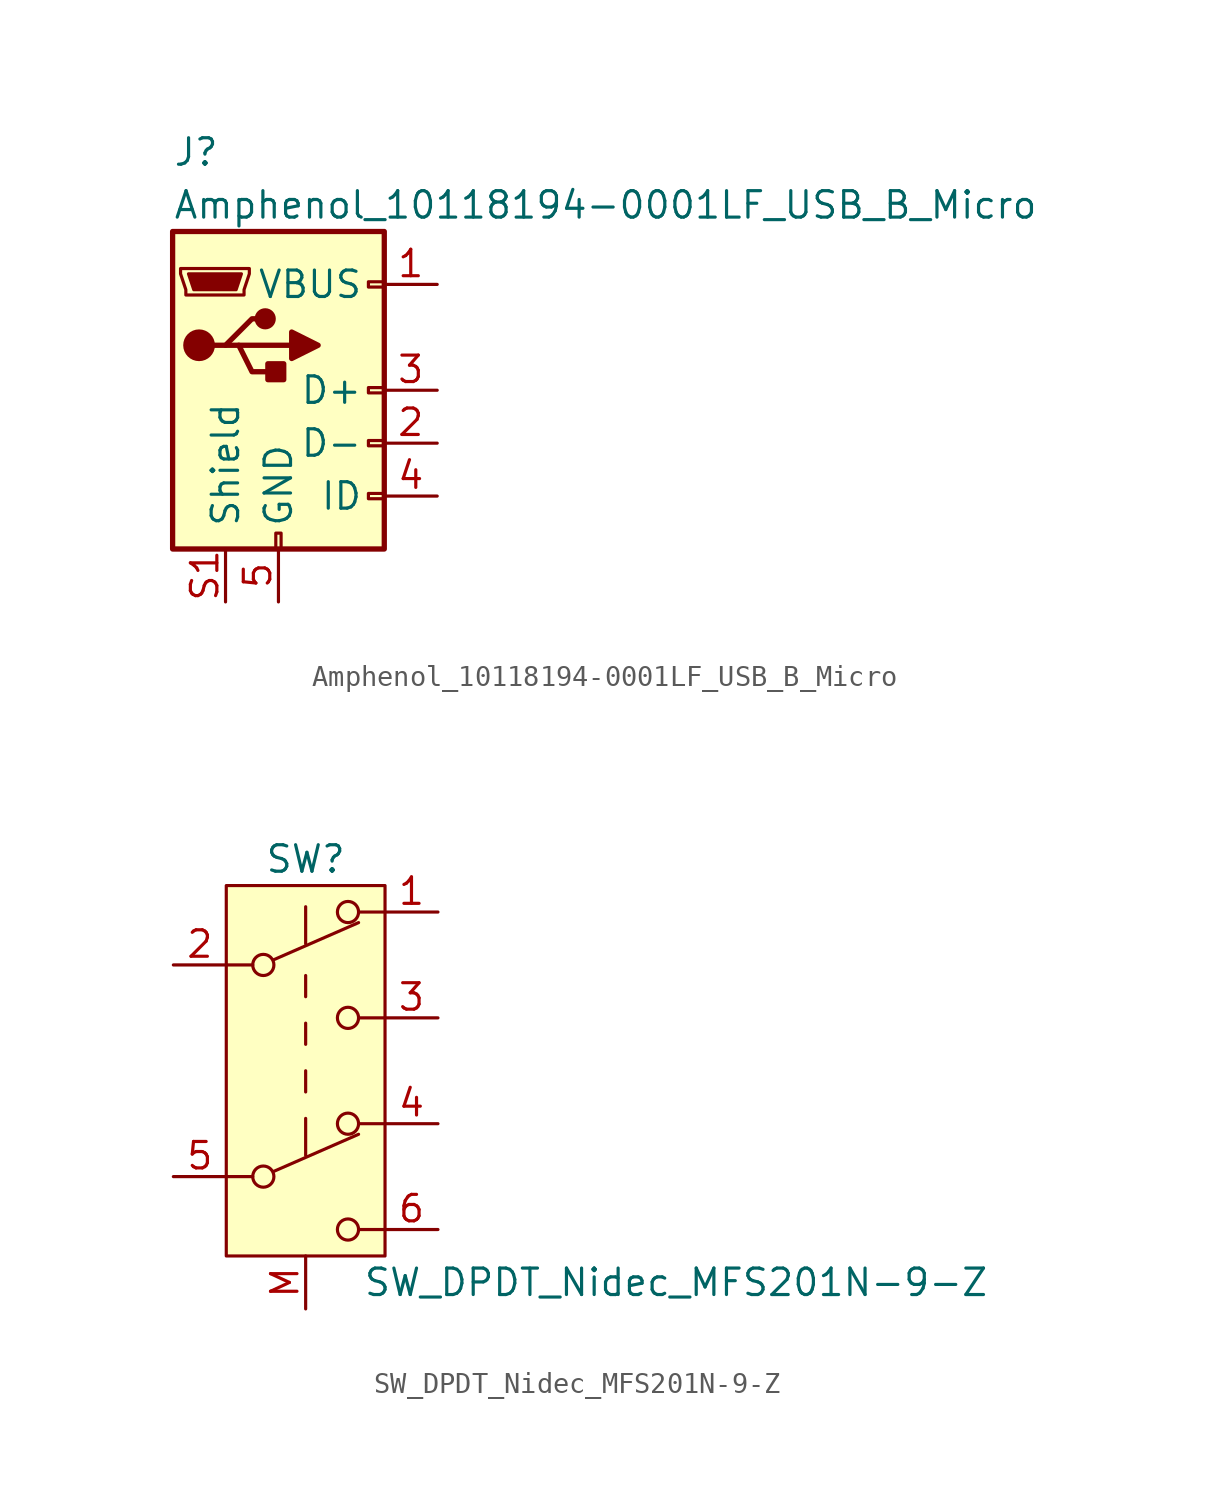
<source format=kicad_sym>
(kicad_symbol_lib
  (version 20211014)
  (generator kicad_symbol_editor)
  (symbol "Amphenol_10118194-0001LF_USB_B_Micro"
    (pin_names
      (offset 1.016))
    (property "Reference" "J"
      (at -5.08 11.43 0)
      (effects (font (size 1.27 1.27)) (justify left)))
    (property "Value" "Amphenol_10118194-0001LF_USB_B_Micro"
      (at -5.08 8.89 0)
      (effects (font (size 1.27 1.27)) (justify left)))
    (symbol "Amphenol_10118194-0001LF_USB_B_Micro_0_1"
      (rectangle (start -5.08 -7.62) (end 5.08 7.62) (stroke (width 0.254) (type default) (color 0 0 0 0)) (fill (type background)))
      (circle (center -3.81 2.159) (radius 0.635) (stroke (width 0.254) (type default) (color 0 0 0 0)) (fill (type outline)))
      (circle (center -0.635 3.429) (radius 0.381) (stroke (width 0.254) (type default) (color 0 0 0 0)) (fill (type outline)))
      (rectangle (start -0.127 -7.62) (end 0.127 -6.858) (stroke (width 0) (type default) (color 0 0 0 0)) (fill (type none)))
      (polyline (pts (xy -1.905 2.159) (xy 0.635 2.159)) (stroke (width 0.254) (type default) (color 0 0 0 0)) (fill (type none)))
      (polyline (pts (xy -3.175 2.159) (xy -2.54 2.159) (xy -1.27 3.429) (xy -0.635 3.429)) (stroke (width 0.254) (type default) (color 0 0 0 0)) (fill (type none)))
      (polyline (pts (xy -2.54 2.159) (xy -1.905 2.159) (xy -1.27 0.889) (xy 0 0.889)) (stroke (width 0.254) (type default) (color 0 0 0 0)) (fill (type none)))
      (polyline (pts (xy 0.635 2.794) (xy 0.635 1.524) (xy 1.905 2.159) (xy 0.635 2.794)) (stroke (width 0.254) (type default) (color 0 0 0 0)) (fill (type outline)))
      (polyline (pts (xy -4.318 5.588) (xy -1.778 5.588) (xy -2.032 4.826) (xy -4.064 4.826) (xy -4.318 5.588)) (stroke (width 0) (type default) (color 0 0 0 0)) (fill (type outline)))
      (polyline (pts (xy -4.699 5.842) (xy -4.699 5.588) (xy -4.445 4.826) (xy -4.445 4.572) (xy -1.651 4.572) (xy -1.651 4.826) (xy -1.397 5.588) (xy -1.397 5.842) (xy -4.699 5.842)) (stroke (width 0) (type default) (color 0 0 0 0)) (fill (type none)))
      (rectangle (start 0.254 1.27) (end -0.508 0.508) (stroke (width 0.254) (type default) (color 0 0 0 0)) (fill (type outline)))
      (rectangle (start 5.08 -5.207) (end 4.318 -4.953) (stroke (width 0) (type default) (color 0 0 0 0)) (fill (type none)))
      (rectangle (start 5.08 -2.667) (end 4.318 -2.413) (stroke (width 0) (type default) (color 0 0 0 0)) (fill (type none)))
      (rectangle (start 5.08 -0.127) (end 4.318 0.127) (stroke (width 0) (type default) (color 0 0 0 0)) (fill (type none)))
      (rectangle (start 5.08 4.953) (end 4.318 5.207) (stroke (width 0) (type default) (color 0 0 0 0)) (fill (type none))))
    (symbol "Amphenol_10118194-0001LF_USB_B_Micro_1_1"
      (pin power_out line (at 7.62 5.08 180) (length 2.54) (name "VBUS" (effects (font (size 1.27 1.27)))) (number "1" (effects (font (size 1.27 1.27)))))
      (pin bidirectional line (at 7.62 -2.54 180) (length 2.54) (name "D-" (effects (font (size 1.27 1.27)))) (number "2" (effects (font (size 1.27 1.27)))))
      (pin bidirectional line (at 7.62 0 180) (length 2.54) (name "D+" (effects (font (size 1.27 1.27)))) (number "3" (effects (font (size 1.27 1.27)))))
      (pin passive line (at 7.62 -5.08 180) (length 2.54) (name "ID" (effects (font (size 1.27 1.27)))) (number "4" (effects (font (size 1.27 1.27)))))
      (pin power_out line (at 0 -10.16 90) (length 2.54) (name "GND" (effects (font (size 1.27 1.27)))) (number "5" (effects (font (size 1.27 1.27)))))
      (pin passive line (at -2.54 -10.16 90) (length 2.54) (name "Shield" (effects (font (size 1.27 1.27)))) (number "S1" (effects (font (size 1.27 1.27)))))
      (pin passive line (at -2.54 -10.16 90) (length 2.54) hide (name "Shield" (effects (font (size 1.27 1.27)))) (number "S2" (effects (font (size 1.27 1.27)))))
      (pin passive line (at -2.54 -10.16 90) (length 2.54) hide (name "Shield" (effects (font (size 1.27 1.27)))) (number "S3" (effects (font (size 1.27 1.27)))))
      (pin passive line (at -2.54 -10.16 90) (length 2.54) hide (name "Shield" (effects (font (size 1.27 1.27)))) (number "S4" (effects (font (size 1.27 1.27)))))
      (pin passive line (at -2.54 -10.16 90) (length 2.54) hide (name "Shield" (effects (font (size 1.27 1.27)))) (number "S5" (effects (font (size 1.27 1.27)))))
      (pin passive line (at -2.54 -10.16 90) (length 2.54) hide (name "Shield" (effects (font (size 1.27 1.27)))) (number "S6" (effects (font (size 1.27 1.27)))))))
  (symbol "SW_DPDT_Nidec_MFS201N-9-Z"
    (pin_names
      (offset 0) hide)
    (property "Reference" "SW"
      (at 0 10.16 0)
      (effects (font (size 1.27 1.27))))
    (property "Value" "SW_DPDT_Nidec_MFS201N-9-Z"
      (at 17.78 -10.16 0)
      (effects (font (size 1.27 1.27))))
    (symbol "SW_DPDT_Nidec_MFS201N-9-Z_0_0"
      (circle (center -2.032 -5.08) (radius 0.508) (stroke (width 0) (type default) (color 0 0 0 0)) (fill (type none)))
      (circle (center -2.032 5.08) (radius 0.508) (stroke (width 0) (type default) (color 0 0 0 0)) (fill (type none)))
      (circle (center 2.032 -7.62) (radius 0.508) (stroke (width 0) (type default) (color 0 0 0 0)) (fill (type none)))
      (circle (center 2.032 2.54) (radius 0.508) (stroke (width 0) (type default) (color 0 0 0 0)) (fill (type none))))
    (symbol "SW_DPDT_Nidec_MFS201N-9-Z_0_1"
      (rectangle (start -3.81 8.89) (end 3.81 -8.89) (stroke (width 0.152) (type default) (color 0 0 0 0)) (fill (type background)))
      (polyline (pts (xy -2.54 -5.08) (xy -3.81 -5.08)) (stroke (width 0.152) (type default) (color 0 0 0 0)) (fill (type none)))
      (polyline (pts (xy -2.54 5.08) (xy -3.81 5.08)) (stroke (width 0.152) (type default) (color 0 0 0 0)) (fill (type none)))
      (polyline (pts (xy -1.524 -4.826) (xy 2.54 -3.048)) (stroke (width 0) (type default) (color 0 0 0 0)) (fill (type none)))
      (polyline (pts (xy -1.524 5.334) (xy 2.54 7.112)) (stroke (width 0) (type default) (color 0 0 0 0)) (fill (type none)))
      (polyline (pts (xy 0 -2.286) (xy 0 -4.064)) (stroke (width 0) (type default) (color 0 0 0 0)) (fill (type none)))
      (polyline (pts (xy 0 -1.016) (xy 0 0)) (stroke (width 0) (type default) (color 0 0 0 0)) (fill (type none)))
      (polyline (pts (xy 0 1.27) (xy 0 2.286)) (stroke (width 0) (type default) (color 0 0 0 0)) (fill (type none)))
      (polyline (pts (xy 0 3.556) (xy 0 4.572)) (stroke (width 0) (type default) (color 0 0 0 0)) (fill (type none)))
      (polyline (pts (xy 0 7.874) (xy 0 6.096)) (stroke (width 0) (type default) (color 0 0 0 0)) (fill (type none)))
      (polyline (pts (xy 2.54 -2.54) (xy 3.81 -2.54)) (stroke (width 0.152) (type default) (color 0 0 0 0)) (fill (type none)))
      (polyline (pts (xy 2.54 7.62) (xy 3.81 7.62)) (stroke (width 0.152) (type default) (color 0 0 0 0)) (fill (type none)))
      (polyline (pts (xy 3.81 -7.62) (xy 2.54 -7.62)) (stroke (width 0.152) (type default) (color 0 0 0 0)) (fill (type none)))
      (polyline (pts (xy 3.81 2.54) (xy 2.54 2.54)) (stroke (width 0.152) (type default) (color 0 0 0 0)) (fill (type none)))
      (circle (center 2.032 -2.54) (radius 0.508) (stroke (width 0) (type default) (color 0 0 0 0)) (fill (type none)))
      (circle (center 2.032 7.62) (radius 0.508) (stroke (width 0) (type default) (color 0 0 0 0)) (fill (type none))))
    (symbol "SW_DPDT_Nidec_MFS201N-9-Z_1_1"
      (pin passive line (at 6.35 7.62 180) (length 2.54) (name "A" (effects (font (size 1.27 1.27)))) (number "1" (effects (font (size 1.27 1.27)))))
      (pin passive line (at -6.35 5.08 0) (length 2.54) (name "B" (effects (font (size 1.27 1.27)))) (number "2" (effects (font (size 1.27 1.27)))))
      (pin passive line (at 6.35 2.54 180) (length 2.54) (name "C" (effects (font (size 1.27 1.27)))) (number "3" (effects (font (size 1.27 1.27)))))
      (pin passive line (at 6.35 -2.54 180) (length 2.54) (name "A" (effects (font (size 1.27 1.27)))) (number "4" (effects (font (size 1.27 1.27)))))
      (pin passive line (at -6.35 -5.08 0) (length 2.54) (name "B" (effects (font (size 1.27 1.27)))) (number "5" (effects (font (size 1.27 1.27)))))
      (pin passive line (at 6.35 -7.62 180) (length 2.54) (name "C" (effects (font (size 1.27 1.27)))) (number "6" (effects (font (size 1.27 1.27)))))
      (pin passive line (at 0 -11.43 90) (length 2.54) (name "M" (effects (font (size 1.27 1.27)))) (number "M" (effects (font (size 1.27 1.27))))))))
</source>
